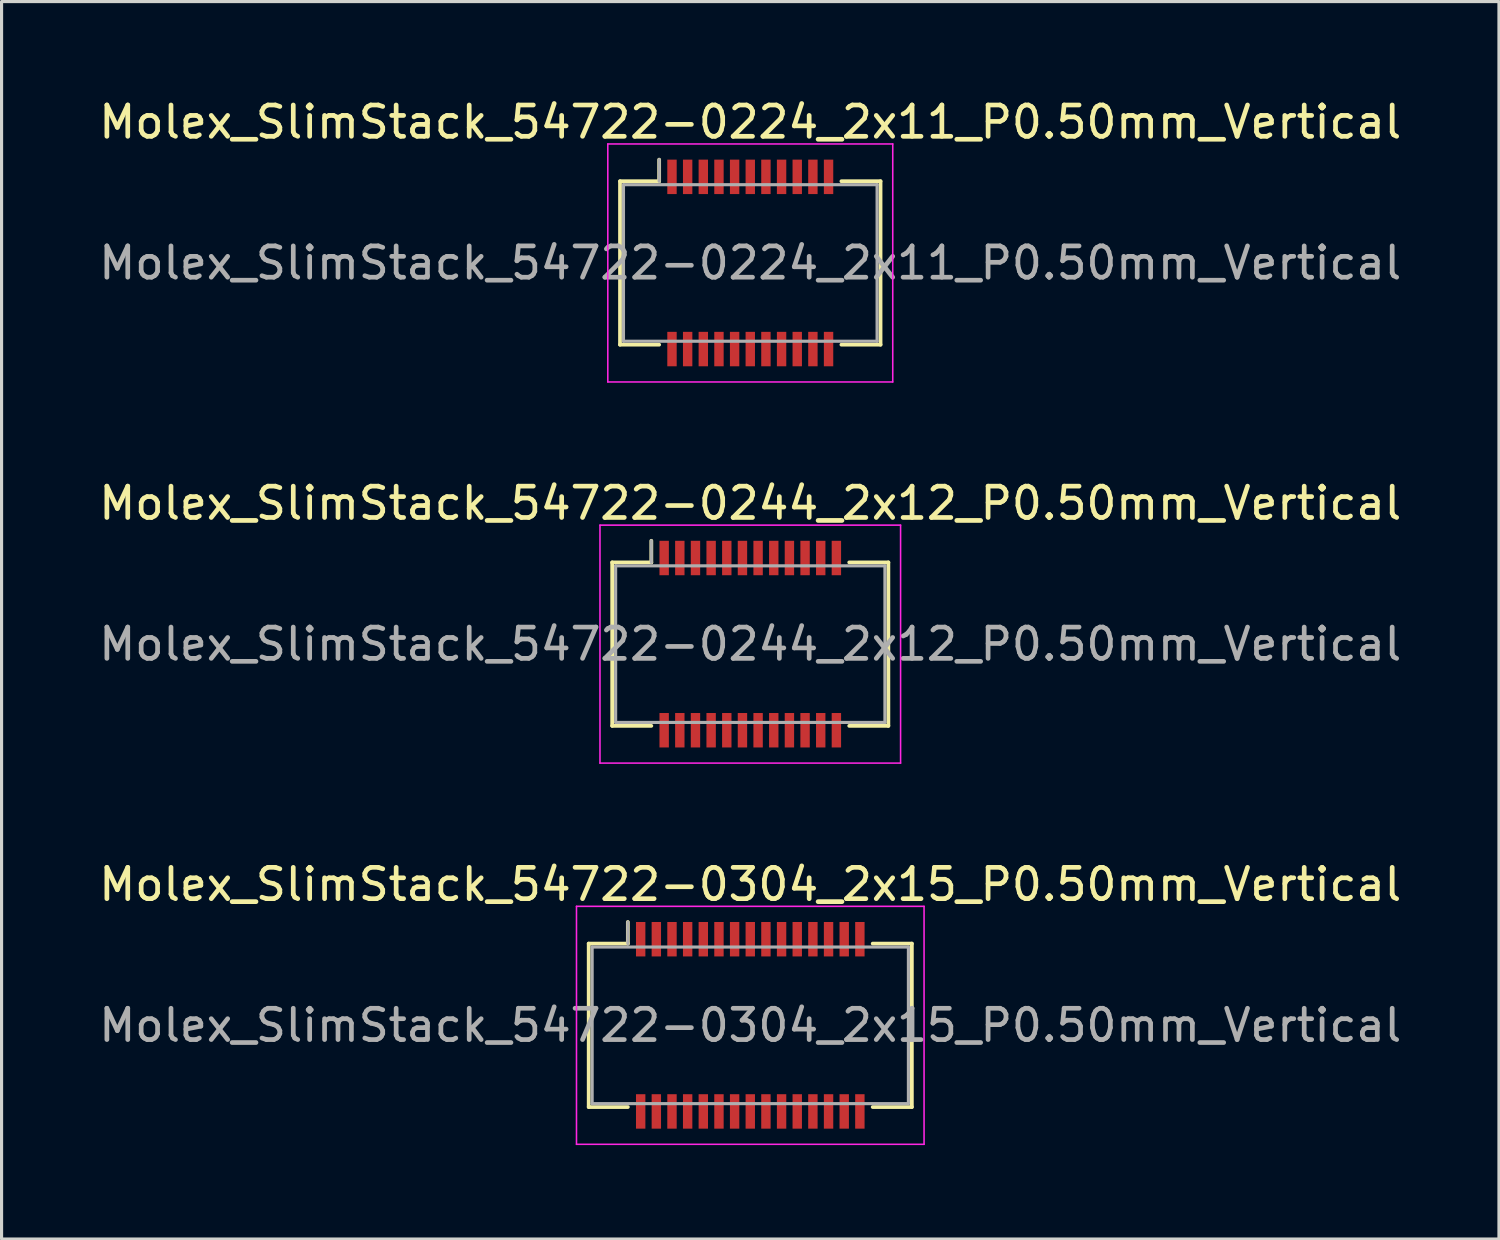
<source format=kicad_pcb>
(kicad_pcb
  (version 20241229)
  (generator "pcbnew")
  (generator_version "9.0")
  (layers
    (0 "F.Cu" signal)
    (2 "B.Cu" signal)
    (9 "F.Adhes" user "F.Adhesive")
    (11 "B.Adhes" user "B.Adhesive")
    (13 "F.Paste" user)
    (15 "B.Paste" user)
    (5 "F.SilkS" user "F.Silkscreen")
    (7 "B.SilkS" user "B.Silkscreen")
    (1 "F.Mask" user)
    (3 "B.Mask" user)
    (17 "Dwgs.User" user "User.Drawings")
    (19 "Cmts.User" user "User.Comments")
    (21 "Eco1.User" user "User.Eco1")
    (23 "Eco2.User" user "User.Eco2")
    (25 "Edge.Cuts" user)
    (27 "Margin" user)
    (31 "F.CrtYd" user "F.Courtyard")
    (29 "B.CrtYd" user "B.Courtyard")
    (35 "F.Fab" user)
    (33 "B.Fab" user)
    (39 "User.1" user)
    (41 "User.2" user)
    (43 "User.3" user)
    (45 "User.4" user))
  (footprint "Molex_SlimStack_54722-0304_2x15_P0.50mm_Vertical"
    (layer "F.Cu")
    (at 20.911 29.695)
    (property "Reference" "Molex_SlimStack_54722-0304_2x15_P0.50mm_Vertical" (at 0 -4.5 0) (layer "F.SilkS") (effects (font (size 1 1) (thickness 0.15))))
    (attr smd)
    (fp_line (start -5.16 -2.61) (end -3.91 -2.61) (stroke (width 0.12) (type solid)) (layer "F.SilkS"))
    (fp_line (start -5.16 2.61) (end -5.16 -2.61) (stroke (width 0.12) (type solid)) (layer "F.SilkS"))
    (fp_line (start -3.91 -2.61) (end -3.91 -3.3) (stroke (width 0.12) (type solid)) (layer "F.SilkS"))
    (fp_line (start -3.91 2.61) (end -5.16 2.61) (stroke (width 0.12) (type solid)) (layer "F.SilkS"))
    (fp_line (start 3.91 2.61) (end 5.16 2.61) (stroke (width 0.12) (type solid)) (layer "F.SilkS"))
    (fp_line (start 5.16 -2.61) (end 3.91 -2.61) (stroke (width 0.12) (type solid)) (layer "F.SilkS"))
    (fp_line (start 5.16 2.61) (end 5.16 -2.61) (stroke (width 0.12) (type solid)) (layer "F.SilkS"))
    (fp_line (start -5.55 -3.8) (end -5.55 3.8) (stroke (width 0.05) (type solid)) (layer "F.CrtYd"))
    (fp_line (start -5.55 3.8) (end 5.55 3.8) (stroke (width 0.05) (type solid)) (layer "F.CrtYd"))
    (fp_line (start 5.55 -3.8) (end -5.55 -3.8) (stroke (width 0.05) (type solid)) (layer "F.CrtYd"))
    (fp_line (start 5.55 3.8) (end 5.55 -3.8) (stroke (width 0.05) (type solid)) (layer "F.CrtYd"))
    (fp_line (start -5.05 -2.5) (end -5.05 2.5) (stroke (width 0.1) (type solid)) (layer "F.Fab"))
    (fp_line (start -5.05 2.5) (end 5.05 2.5) (stroke (width 0.1) (type solid)) (layer "F.Fab"))
    (fp_line (start -3.91 -2.61) (end -3.91 -3.3) (stroke (width 0.1) (type solid)) (layer "F.Fab"))
    (fp_line (start 5.05 -2.5) (end -5.05 -2.5) (stroke (width 0.1) (type solid)) (layer "F.Fab"))
    (fp_line (start 5.05 2.5) (end 5.05 -2.5) (stroke (width 0.1) (type solid)) (layer "F.Fab"))
    (fp_text user "${REFERENCE}" (at 0 0 0) (layer "F.Fab") (effects (font (size 1 1) (thickness 0.15))))
    (pad "1" smd rect (at -3.5 -2.75) (size 0.3 1.1) (layers "F.Cu" "F.Mask" "F.Paste"))
    (pad "2" smd rect (at -3.5 2.75) (size 0.3 1.1) (layers "F.Cu" "F.Mask" "F.Paste"))
    (pad "3" smd rect (at -3 -2.75) (size 0.3 1.1) (layers "F.Cu" "F.Mask" "F.Paste"))
    (pad "4" smd rect (at -3 2.75) (size 0.3 1.1) (layers "F.Cu" "F.Mask" "F.Paste"))
    (pad "5" smd rect (at -2.5 -2.75) (size 0.3 1.1) (layers "F.Cu" "F.Mask" "F.Paste"))
    (pad "6" smd rect (at -2.5 2.75) (size 0.3 1.1) (layers "F.Cu" "F.Mask" "F.Paste"))
    (pad "7" smd rect (at -2 -2.75) (size 0.3 1.1) (layers "F.Cu" "F.Mask" "F.Paste"))
    (pad "8" smd rect (at -2 2.75) (size 0.3 1.1) (layers "F.Cu" "F.Mask" "F.Paste"))
    (pad "9" smd rect (at -1.5 -2.75) (size 0.3 1.1) (layers "F.Cu" "F.Mask" "F.Paste"))
    (pad "10" smd rect (at -1.5 2.75) (size 0.3 1.1) (layers "F.Cu" "F.Mask" "F.Paste"))
    (pad "11" smd rect (at -1 -2.75) (size 0.3 1.1) (layers "F.Cu" "F.Mask" "F.Paste"))
    (pad "12" smd rect (at -1 2.75) (size 0.3 1.1) (layers "F.Cu" "F.Mask" "F.Paste"))
    (pad "13" smd rect (at -0.5 -2.75) (size 0.3 1.1) (layers "F.Cu" "F.Mask" "F.Paste"))
    (pad "14" smd rect (at -0.5 2.75) (size 0.3 1.1) (layers "F.Cu" "F.Mask" "F.Paste"))
    (pad "15" smd rect (at 0 -2.75) (size 0.3 1.1) (layers "F.Cu" "F.Mask" "F.Paste"))
    (pad "16" smd rect (at 0 2.75) (size 0.3 1.1) (layers "F.Cu" "F.Mask" "F.Paste"))
    (pad "17" smd rect (at 0.5 -2.75) (size 0.3 1.1) (layers "F.Cu" "F.Mask" "F.Paste"))
    (pad "18" smd rect (at 0.5 2.75) (size 0.3 1.1) (layers "F.Cu" "F.Mask" "F.Paste"))
    (pad "19" smd rect (at 1 -2.75) (size 0.3 1.1) (layers "F.Cu" "F.Mask" "F.Paste"))
    (pad "20" smd rect (at 1 2.75) (size 0.3 1.1) (layers "F.Cu" "F.Mask" "F.Paste"))
    (pad "21" smd rect (at 1.5 -2.75) (size 0.3 1.1) (layers "F.Cu" "F.Mask" "F.Paste"))
    (pad "22" smd rect (at 1.5 2.75) (size 0.3 1.1) (layers "F.Cu" "F.Mask" "F.Paste"))
    (pad "23" smd rect (at 2 -2.75) (size 0.3 1.1) (layers "F.Cu" "F.Mask" "F.Paste"))
    (pad "24" smd rect (at 2 2.75) (size 0.3 1.1) (layers "F.Cu" "F.Mask" "F.Paste"))
    (pad "25" smd rect (at 2.5 -2.75) (size 0.3 1.1) (layers "F.Cu" "F.Mask" "F.Paste"))
    (pad "26" smd rect (at 2.5 2.75) (size 0.3 1.1) (layers "F.Cu" "F.Mask" "F.Paste"))
    (pad "27" smd rect (at 3 -2.75) (size 0.3 1.1) (layers "F.Cu" "F.Mask" "F.Paste"))
    (pad "28" smd rect (at 3 2.75) (size 0.3 1.1) (layers "F.Cu" "F.Mask" "F.Paste"))
    (pad "29" smd rect (at 3.5 -2.75) (size 0.3 1.1) (layers "F.Cu" "F.Mask" "F.Paste"))
    (pad "30" smd rect (at 3.5 2.75) (size 0.3 1.1) (layers "F.Cu" "F.Mask" "F.Paste")))
  (footprint "Molex_SlimStack_54722-0244_2x12_P0.50mm_Vertical"
    (layer "F.Cu")
    (at 20.911 17.521)
    (property "Reference" "Molex_SlimStack_54722-0244_2x12_P0.50mm_Vertical" (at 0 -4.5 0) (layer "F.SilkS") (effects (font (size 1 1) (thickness 0.15))))
    (attr smd)
    (fp_line (start -4.41 -2.61) (end -3.16 -2.61) (stroke (width 0.12) (type solid)) (layer "F.SilkS"))
    (fp_line (start -4.41 2.61) (end -4.41 -2.61) (stroke (width 0.12) (type solid)) (layer "F.SilkS"))
    (fp_line (start -3.16 -2.61) (end -3.16 -3.3) (stroke (width 0.12) (type solid)) (layer "F.SilkS"))
    (fp_line (start -3.16 2.61) (end -4.41 2.61) (stroke (width 0.12) (type solid)) (layer "F.SilkS"))
    (fp_line (start 3.16 2.61) (end 4.41 2.61) (stroke (width 0.12) (type solid)) (layer "F.SilkS"))
    (fp_line (start 4.41 -2.61) (end 3.16 -2.61) (stroke (width 0.12) (type solid)) (layer "F.SilkS"))
    (fp_line (start 4.41 2.61) (end 4.41 -2.61) (stroke (width 0.12) (type solid)) (layer "F.SilkS"))
    (fp_line (start -4.8 -3.8) (end -4.8 3.8) (stroke (width 0.05) (type solid)) (layer "F.CrtYd"))
    (fp_line (start -4.8 3.8) (end 4.8 3.8) (stroke (width 0.05) (type solid)) (layer "F.CrtYd"))
    (fp_line (start 4.8 -3.8) (end -4.8 -3.8) (stroke (width 0.05) (type solid)) (layer "F.CrtYd"))
    (fp_line (start 4.8 3.8) (end 4.8 -3.8) (stroke (width 0.05) (type solid)) (layer "F.CrtYd"))
    (fp_line (start -4.3 -2.5) (end -4.3 2.5) (stroke (width 0.1) (type solid)) (layer "F.Fab"))
    (fp_line (start -4.3 2.5) (end 4.3 2.5) (stroke (width 0.1) (type solid)) (layer "F.Fab"))
    (fp_line (start -3.16 -2.61) (end -3.16 -3.3) (stroke (width 0.1) (type solid)) (layer "F.Fab"))
    (fp_line (start 4.3 -2.5) (end -4.3 -2.5) (stroke (width 0.1) (type solid)) (layer "F.Fab"))
    (fp_line (start 4.3 2.5) (end 4.3 -2.5) (stroke (width 0.1) (type solid)) (layer "F.Fab"))
    (fp_text user "${REFERENCE}" (at 0 0 0) (layer "F.Fab") (effects (font (size 1 1) (thickness 0.15))))
    (pad "1" smd rect (at -2.75 -2.75) (size 0.3 1.1) (layers "F.Cu" "F.Mask" "F.Paste"))
    (pad "2" smd rect (at -2.75 2.75) (size 0.3 1.1) (layers "F.Cu" "F.Mask" "F.Paste"))
    (pad "3" smd rect (at -2.25 -2.75) (size 0.3 1.1) (layers "F.Cu" "F.Mask" "F.Paste"))
    (pad "4" smd rect (at -2.25 2.75) (size 0.3 1.1) (layers "F.Cu" "F.Mask" "F.Paste"))
    (pad "5" smd rect (at -1.75 -2.75) (size 0.3 1.1) (layers "F.Cu" "F.Mask" "F.Paste"))
    (pad "6" smd rect (at -1.75 2.75) (size 0.3 1.1) (layers "F.Cu" "F.Mask" "F.Paste"))
    (pad "7" smd rect (at -1.25 -2.75) (size 0.3 1.1) (layers "F.Cu" "F.Mask" "F.Paste"))
    (pad "8" smd rect (at -1.25 2.75) (size 0.3 1.1) (layers "F.Cu" "F.Mask" "F.Paste"))
    (pad "9" smd rect (at -0.75 -2.75) (size 0.3 1.1) (layers "F.Cu" "F.Mask" "F.Paste"))
    (pad "10" smd rect (at -0.75 2.75) (size 0.3 1.1) (layers "F.Cu" "F.Mask" "F.Paste"))
    (pad "11" smd rect (at -0.25 -2.75) (size 0.3 1.1) (layers "F.Cu" "F.Mask" "F.Paste"))
    (pad "12" smd rect (at -0.25 2.75) (size 0.3 1.1) (layers "F.Cu" "F.Mask" "F.Paste"))
    (pad "13" smd rect (at 0.25 -2.75) (size 0.3 1.1) (layers "F.Cu" "F.Mask" "F.Paste"))
    (pad "14" smd rect (at 0.25 2.75) (size 0.3 1.1) (layers "F.Cu" "F.Mask" "F.Paste"))
    (pad "15" smd rect (at 0.75 -2.75) (size 0.3 1.1) (layers "F.Cu" "F.Mask" "F.Paste"))
    (pad "16" smd rect (at 0.75 2.75) (size 0.3 1.1) (layers "F.Cu" "F.Mask" "F.Paste"))
    (pad "17" smd rect (at 1.25 -2.75) (size 0.3 1.1) (layers "F.Cu" "F.Mask" "F.Paste"))
    (pad "18" smd rect (at 1.25 2.75) (size 0.3 1.1) (layers "F.Cu" "F.Mask" "F.Paste"))
    (pad "19" smd rect (at 1.75 -2.75) (size 0.3 1.1) (layers "F.Cu" "F.Mask" "F.Paste"))
    (pad "20" smd rect (at 1.75 2.75) (size 0.3 1.1) (layers "F.Cu" "F.Mask" "F.Paste"))
    (pad "21" smd rect (at 2.25 -2.75) (size 0.3 1.1) (layers "F.Cu" "F.Mask" "F.Paste"))
    (pad "22" smd rect (at 2.25 2.75) (size 0.3 1.1) (layers "F.Cu" "F.Mask" "F.Paste"))
    (pad "23" smd rect (at 2.75 -2.75) (size 0.3 1.1) (layers "F.Cu" "F.Mask" "F.Paste"))
    (pad "24" smd rect (at 2.75 2.75) (size 0.3 1.1) (layers "F.Cu" "F.Mask" "F.Paste")))
  (footprint "Molex_SlimStack_54722-0224_2x11_P0.50mm_Vertical"
    (layer "F.Cu")
    (at 20.911 5.348)
    (property "Reference" "Molex_SlimStack_54722-0224_2x11_P0.50mm_Vertical" (at 0 -4.5 0) (layer "F.SilkS") (effects (font (size 1 1) (thickness 0.15))))
    (attr smd)
    (fp_line (start -4.16 -2.61) (end -2.91 -2.61) (stroke (width 0.12) (type solid)) (layer "F.SilkS"))
    (fp_line (start -4.16 2.61) (end -4.16 -2.61) (stroke (width 0.12) (type solid)) (layer "F.SilkS"))
    (fp_line (start -2.91 -2.61) (end -2.91 -3.3) (stroke (width 0.12) (type solid)) (layer "F.SilkS"))
    (fp_line (start -2.91 2.61) (end -4.16 2.61) (stroke (width 0.12) (type solid)) (layer "F.SilkS"))
    (fp_line (start 2.91 2.61) (end 4.16 2.61) (stroke (width 0.12) (type solid)) (layer "F.SilkS"))
    (fp_line (start 4.16 -2.61) (end 2.91 -2.61) (stroke (width 0.12) (type solid)) (layer "F.SilkS"))
    (fp_line (start 4.16 2.61) (end 4.16 -2.61) (stroke (width 0.12) (type solid)) (layer "F.SilkS"))
    (fp_line (start -4.55 -3.8) (end -4.55 3.8) (stroke (width 0.05) (type solid)) (layer "F.CrtYd"))
    (fp_line (start -4.55 3.8) (end 4.55 3.8) (stroke (width 0.05) (type solid)) (layer "F.CrtYd"))
    (fp_line (start 4.55 -3.8) (end -4.55 -3.8) (stroke (width 0.05) (type solid)) (layer "F.CrtYd"))
    (fp_line (start 4.55 3.8) (end 4.55 -3.8) (stroke (width 0.05) (type solid)) (layer "F.CrtYd"))
    (fp_line (start -4.05 -2.5) (end -4.05 2.5) (stroke (width 0.1) (type solid)) (layer "F.Fab"))
    (fp_line (start -4.05 2.5) (end 4.05 2.5) (stroke (width 0.1) (type solid)) (layer "F.Fab"))
    (fp_line (start -2.91 -2.61) (end -2.91 -3.3) (stroke (width 0.1) (type solid)) (layer "F.Fab"))
    (fp_line (start 4.05 -2.5) (end -4.05 -2.5) (stroke (width 0.1) (type solid)) (layer "F.Fab"))
    (fp_line (start 4.05 2.5) (end 4.05 -2.5) (stroke (width 0.1) (type solid)) (layer "F.Fab"))
    (fp_text user "${REFERENCE}" (at 0 0 0) (layer "F.Fab") (effects (font (size 1 1) (thickness 0.15))))
    (pad "1" smd rect (at -2.5 -2.75) (size 0.3 1.1) (layers "F.Cu" "F.Mask" "F.Paste"))
    (pad "2" smd rect (at -2.5 2.75) (size 0.3 1.1) (layers "F.Cu" "F.Mask" "F.Paste"))
    (pad "3" smd rect (at -2 -2.75) (size 0.3 1.1) (layers "F.Cu" "F.Mask" "F.Paste"))
    (pad "4" smd rect (at -2 2.75) (size 0.3 1.1) (layers "F.Cu" "F.Mask" "F.Paste"))
    (pad "5" smd rect (at -1.5 -2.75) (size 0.3 1.1) (layers "F.Cu" "F.Mask" "F.Paste"))
    (pad "6" smd rect (at -1.5 2.75) (size 0.3 1.1) (layers "F.Cu" "F.Mask" "F.Paste"))
    (pad "7" smd rect (at -1 -2.75) (size 0.3 1.1) (layers "F.Cu" "F.Mask" "F.Paste"))
    (pad "8" smd rect (at -1 2.75) (size 0.3 1.1) (layers "F.Cu" "F.Mask" "F.Paste"))
    (pad "9" smd rect (at -0.5 -2.75) (size 0.3 1.1) (layers "F.Cu" "F.Mask" "F.Paste"))
    (pad "10" smd rect (at -0.5 2.75) (size 0.3 1.1) (layers "F.Cu" "F.Mask" "F.Paste"))
    (pad "11" smd rect (at 0 -2.75) (size 0.3 1.1) (layers "F.Cu" "F.Mask" "F.Paste"))
    (pad "12" smd rect (at 0 2.75) (size 0.3 1.1) (layers "F.Cu" "F.Mask" "F.Paste"))
    (pad "13" smd rect (at 0.5 -2.75) (size 0.3 1.1) (layers "F.Cu" "F.Mask" "F.Paste"))
    (pad "14" smd rect (at 0.5 2.75) (size 0.3 1.1) (layers "F.Cu" "F.Mask" "F.Paste"))
    (pad "15" smd rect (at 1 -2.75) (size 0.3 1.1) (layers "F.Cu" "F.Mask" "F.Paste"))
    (pad "16" smd rect (at 1 2.75) (size 0.3 1.1) (layers "F.Cu" "F.Mask" "F.Paste"))
    (pad "17" smd rect (at 1.5 -2.75) (size 0.3 1.1) (layers "F.Cu" "F.Mask" "F.Paste"))
    (pad "18" smd rect (at 1.5 2.75) (size 0.3 1.1) (layers "F.Cu" "F.Mask" "F.Paste"))
    (pad "19" smd rect (at 2 -2.75) (size 0.3 1.1) (layers "F.Cu" "F.Mask" "F.Paste"))
    (pad "20" smd rect (at 2 2.75) (size 0.3 1.1) (layers "F.Cu" "F.Mask" "F.Paste"))
    (pad "21" smd rect (at 2.5 -2.75) (size 0.3 1.1) (layers "F.Cu" "F.Mask" "F.Paste"))
    (pad "22" smd rect (at 2.5 2.75) (size 0.3 1.1) (layers "F.Cu" "F.Mask" "F.Paste")))
  (gr_rect
    (start -3 -3)
    (end 44.821 36.52)
    (stroke (width 0.1) (type default))
    (fill no)
    (layer "Edge.Cuts")))
</source>
